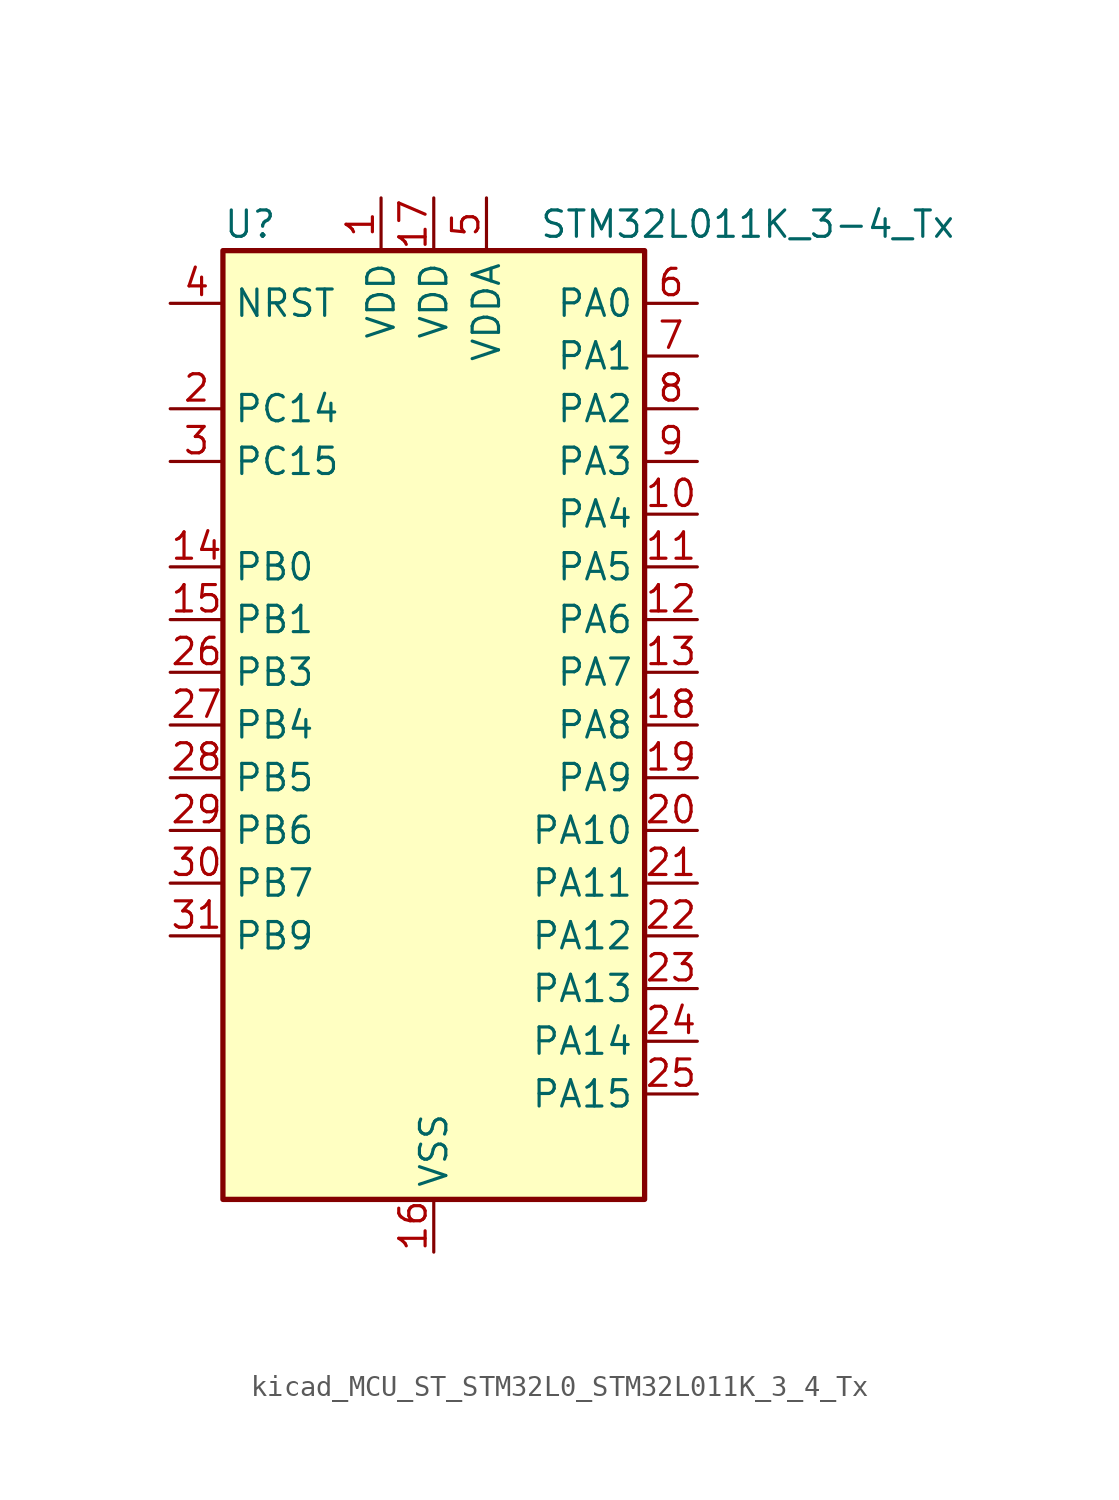
<source format=kicad_sym>
(kicad_symbol_lib
  (version 20220914)
  (generator kicad_symbol_editor)
  (symbol "kicad_MCU_ST_STM32L0_STM32L011K_3_4_Tx"
    (property "Reference" "U"
      (at -10.16 24.13 0)
      (effects (font (size 1.27 1.27)) (justify left)))
    (property "Value" "STM32L011K_3-4_Tx"
      (at 5.08 24.13 0)
      (effects (font (size 1.27 1.27)) (justify left)))
    (property "ki_locked" ""
      (at 0 0 0)
      (effects (font (size 1.27 1.27))))
    (symbol "kicad_MCU_ST_STM32L0_STM32L011K_3_4_Tx_0_1"
      (rectangle (start -10.16 -22.86) (end 10.16 22.86) (stroke (width 0.254) (type default)) (fill (type background))))
    (symbol "kicad_MCU_ST_STM32L0_STM32L011K_3_4_Tx_1_1"
      (pin power_in line (at -2.54 25.4 270) (length 2.54) (name "VDD" (effects (font (size 1.27 1.27)))) (number "1" (effects (font (size 1.27 1.27)))))
      (pin bidirectional line (at 12.7 10.16 180) (length 2.54) (name "PA4" (effects (font (size 1.27 1.27)))) (number "10" (effects (font (size 1.27 1.27)))) (alternate "ADC_IN4" bidirectional line) (alternate "COMP1_INM" bidirectional line) (alternate "COMP2_INM" bidirectional line) (alternate "COMP2_OUT" bidirectional line) (alternate "I2C1_SCL" bidirectional line) (alternate "LPTIM1_ETR" bidirectional line) (alternate "LPTIM1_IN1" bidirectional line) (alternate "LPUART1_TX" bidirectional line) (alternate "SPI1_NSS" bidirectional line) (alternate "TIM2_ETR" bidirectional line) (alternate "USART2_CK" bidirectional line))
      (pin bidirectional line (at 12.7 7.62 180) (length 2.54) (name "PA5" (effects (font (size 1.27 1.27)))) (number "11" (effects (font (size 1.27 1.27)))) (alternate "ADC_IN5" bidirectional line) (alternate "COMP1_INM" bidirectional line) (alternate "COMP2_INM" bidirectional line) (alternate "LPTIM1_IN2" bidirectional line) (alternate "SPI1_SCK" bidirectional line) (alternate "TIM2_CH1" bidirectional line) (alternate "TIM2_ETR" bidirectional line))
      (pin bidirectional line (at 12.7 5.08 180) (length 2.54) (name "PA6" (effects (font (size 1.27 1.27)))) (number "12" (effects (font (size 1.27 1.27)))) (alternate "ADC_IN6" bidirectional line) (alternate "COMP1_OUT" bidirectional line) (alternate "LPTIM1_ETR" bidirectional line) (alternate "LPUART1_CTS" bidirectional line) (alternate "SPI1_MISO" bidirectional line))
      (pin bidirectional line (at 12.7 2.54 180) (length 2.54) (name "PA7" (effects (font (size 1.27 1.27)))) (number "13" (effects (font (size 1.27 1.27)))) (alternate "ADC_IN7" bidirectional line) (alternate "COMP2_INP" bidirectional line) (alternate "COMP2_OUT" bidirectional line) (alternate "LPTIM1_OUT" bidirectional line) (alternate "SPI1_MOSI" bidirectional line) (alternate "TIM21_ETR" bidirectional line) (alternate "USART2_CTS" bidirectional line))
      (pin bidirectional line (at -12.7 7.62 0) (length 2.54) (name "PB0" (effects (font (size 1.27 1.27)))) (number "14" (effects (font (size 1.27 1.27)))) (alternate "ADC_IN8" bidirectional line) (alternate "SPI1_MISO" bidirectional line) (alternate "SYS_VREF_OUT_PB0" bidirectional line) (alternate "TIM2_CH2" bidirectional line) (alternate "TIM2_CH3" bidirectional line) (alternate "USART2_DE" bidirectional line) (alternate "USART2_RTS" bidirectional line))
      (pin bidirectional line (at -12.7 5.08 0) (length 2.54) (name "PB1" (effects (font (size 1.27 1.27)))) (number "15" (effects (font (size 1.27 1.27)))) (alternate "ADC_IN9" bidirectional line) (alternate "LPTIM1_IN1" bidirectional line) (alternate "LPUART1_DE" bidirectional line) (alternate "LPUART1_RTS" bidirectional line) (alternate "SPI1_MOSI" bidirectional line) (alternate "SYS_VREF_OUT_PB1" bidirectional line) (alternate "TIM2_CH4" bidirectional line) (alternate "USART2_CK" bidirectional line))
      (pin power_in line (at 0 -25.4 90) (length 2.54) (name "VSS" (effects (font (size 1.27 1.27)))) (number "16" (effects (font (size 1.27 1.27)))))
      (pin power_in line (at 0 25.4 270) (length 2.54) (name "VDD" (effects (font (size 1.27 1.27)))) (number "17" (effects (font (size 1.27 1.27)))))
      (pin bidirectional line (at 12.7 0 180) (length 2.54) (name "PA8" (effects (font (size 1.27 1.27)))) (number "18" (effects (font (size 1.27 1.27)))) (alternate "LPTIM1_IN1" bidirectional line) (alternate "RCC_MCO" bidirectional line) (alternate "TIM2_CH1" bidirectional line) (alternate "USART2_CK" bidirectional line))
      (pin bidirectional line (at 12.7 -2.54 180) (length 2.54) (name "PA9" (effects (font (size 1.27 1.27)))) (number "19" (effects (font (size 1.27 1.27)))) (alternate "COMP1_OUT" bidirectional line) (alternate "I2C1_SCL" bidirectional line) (alternate "LPTIM1_OUT" bidirectional line) (alternate "RCC_MCO" bidirectional line) (alternate "TIM21_CH2" bidirectional line) (alternate "USART2_TX" bidirectional line))
      (pin bidirectional line (at -12.7 15.24 0) (length 2.54) (name "PC14" (effects (font (size 1.27 1.27)))) (number "2" (effects (font (size 1.27 1.27)))) (alternate "RCC_OSC32_IN" bidirectional line))
      (pin bidirectional line (at 12.7 -5.08 180) (length 2.54) (name "PA10" (effects (font (size 1.27 1.27)))) (number "20" (effects (font (size 1.27 1.27)))) (alternate "COMP1_OUT" bidirectional line) (alternate "I2C1_SDA" bidirectional line) (alternate "RTC_REFIN" bidirectional line) (alternate "TIM21_CH1" bidirectional line) (alternate "TIM2_CH3" bidirectional line) (alternate "USART2_RX" bidirectional line))
      (pin bidirectional line (at 12.7 -7.62 180) (length 2.54) (name "PA11" (effects (font (size 1.27 1.27)))) (number "21" (effects (font (size 1.27 1.27)))) (alternate "ADC_EXTI11" bidirectional line) (alternate "COMP1_OUT" bidirectional line) (alternate "LPTIM1_OUT" bidirectional line) (alternate "SPI1_MISO" bidirectional line) (alternate "TIM21_CH2" bidirectional line) (alternate "USART2_CTS" bidirectional line))
      (pin bidirectional line (at 12.7 -10.16 180) (length 2.54) (name "PA12" (effects (font (size 1.27 1.27)))) (number "22" (effects (font (size 1.27 1.27)))) (alternate "COMP2_OUT" bidirectional line) (alternate "SPI1_MOSI" bidirectional line) (alternate "USART2_DE" bidirectional line) (alternate "USART2_RTS" bidirectional line))
      (pin bidirectional line (at 12.7 -12.7 180) (length 2.54) (name "PA13" (effects (font (size 1.27 1.27)))) (number "23" (effects (font (size 1.27 1.27)))) (alternate "COMP1_OUT" bidirectional line) (alternate "I2C1_SDA" bidirectional line) (alternate "LPTIM1_ETR" bidirectional line) (alternate "LPUART1_RX" bidirectional line) (alternate "SPI1_SCK" bidirectional line) (alternate "SYS_SWDIO" bidirectional line))
      (pin bidirectional line (at 12.7 -15.24 180) (length 2.54) (name "PA14" (effects (font (size 1.27 1.27)))) (number "24" (effects (font (size 1.27 1.27)))) (alternate "COMP2_OUT" bidirectional line) (alternate "I2C1_SMBA" bidirectional line) (alternate "LPTIM1_OUT" bidirectional line) (alternate "LPUART1_TX" bidirectional line) (alternate "SPI1_MISO" bidirectional line) (alternate "SYS_SWCLK" bidirectional line) (alternate "USART2_TX" bidirectional line))
      (pin bidirectional line (at 12.7 -17.78 180) (length 2.54) (name "PA15" (effects (font (size 1.27 1.27)))) (number "25" (effects (font (size 1.27 1.27)))) (alternate "SPI1_NSS" bidirectional line) (alternate "TIM2_CH1" bidirectional line) (alternate "TIM2_ETR" bidirectional line) (alternate "USART2_RX" bidirectional line))
      (pin bidirectional line (at -12.7 2.54 0) (length 2.54) (name "PB3" (effects (font (size 1.27 1.27)))) (number "26" (effects (font (size 1.27 1.27)))) (alternate "COMP2_INM" bidirectional line) (alternate "SPI1_SCK" bidirectional line) (alternate "TIM2_CH2" bidirectional line))
      (pin bidirectional line (at -12.7 0 0) (length 2.54) (name "PB4" (effects (font (size 1.27 1.27)))) (number "27" (effects (font (size 1.27 1.27)))) (alternate "COMP2_INP" bidirectional line) (alternate "SPI1_MISO" bidirectional line))
      (pin bidirectional line (at -12.7 -2.54 0) (length 2.54) (name "PB5" (effects (font (size 1.27 1.27)))) (number "28" (effects (font (size 1.27 1.27)))) (alternate "COMP2_INP" bidirectional line) (alternate "I2C1_SMBA" bidirectional line) (alternate "LPTIM1_IN1" bidirectional line) (alternate "SPI1_MOSI" bidirectional line) (alternate "TIM21_CH1" bidirectional line))
      (pin bidirectional line (at -12.7 -5.08 0) (length 2.54) (name "PB6" (effects (font (size 1.27 1.27)))) (number "29" (effects (font (size 1.27 1.27)))) (alternate "COMP2_INP" bidirectional line) (alternate "I2C1_SCL" bidirectional line) (alternate "LPTIM1_ETR" bidirectional line) (alternate "LPUART1_TX" bidirectional line) (alternate "TIM2_CH3" bidirectional line) (alternate "USART2_TX" bidirectional line))
      (pin bidirectional line (at -12.7 12.7 0) (length 2.54) (name "PC15" (effects (font (size 1.27 1.27)))) (number "3" (effects (font (size 1.27 1.27)))) (alternate "RCC_OSC32_OUT" bidirectional line))
      (pin bidirectional line (at -12.7 -7.62 0) (length 2.54) (name "PB7" (effects (font (size 1.27 1.27)))) (number "30" (effects (font (size 1.27 1.27)))) (alternate "COMP2_INP" bidirectional line) (alternate "I2C1_SDA" bidirectional line) (alternate "LPTIM1_IN2" bidirectional line) (alternate "LPUART1_RX" bidirectional line) (alternate "SYS_PVD_IN" bidirectional line) (alternate "TIM2_CH4" bidirectional line) (alternate "USART2_RX" bidirectional line))
      (pin bidirectional line (at -12.7 -10.16 0) (length 2.54) (name "PB9" (effects (font (size 1.27 1.27)))) (number "31" (effects (font (size 1.27 1.27)))))
      (pin passive line (at 0 -25.4 90) (length 2.54) hide (name "VSS" (effects (font (size 1.27 1.27)))) (number "32" (effects (font (size 1.27 1.27)))))
      (pin input line (at -12.7 20.32 0) (length 2.54) (name "NRST" (effects (font (size 1.27 1.27)))) (number "4" (effects (font (size 1.27 1.27)))))
      (pin power_in line (at 2.54 25.4 270) (length 2.54) (name "VDDA" (effects (font (size 1.27 1.27)))) (number "5" (effects (font (size 1.27 1.27)))))
      (pin bidirectional line (at 12.7 20.32 180) (length 2.54) (name "PA0" (effects (font (size 1.27 1.27)))) (number "6" (effects (font (size 1.27 1.27)))) (alternate "ADC_IN0" bidirectional line) (alternate "COMP1_INM" bidirectional line) (alternate "COMP1_OUT" bidirectional line) (alternate "LPTIM1_IN1" bidirectional line) (alternate "LPUART1_RX" bidirectional line) (alternate "RCC_CK_IN" bidirectional line) (alternate "RTC_TAMP2" bidirectional line) (alternate "SYS_WKUP1" bidirectional line) (alternate "TIM2_CH1" bidirectional line) (alternate "TIM2_ETR" bidirectional line) (alternate "USART2_CTS" bidirectional line) (alternate "USART2_RX" bidirectional line))
      (pin bidirectional line (at 12.7 17.78 180) (length 2.54) (name "PA1" (effects (font (size 1.27 1.27)))) (number "7" (effects (font (size 1.27 1.27)))) (alternate "ADC_IN1" bidirectional line) (alternate "COMP1_INP" bidirectional line) (alternate "I2C1_SMBA" bidirectional line) (alternate "LPTIM1_IN2" bidirectional line) (alternate "LPUART1_TX" bidirectional line) (alternate "TIM21_ETR" bidirectional line) (alternate "TIM2_CH2" bidirectional line) (alternate "USART2_DE" bidirectional line) (alternate "USART2_RTS" bidirectional line))
      (pin bidirectional line (at 12.7 15.24 180) (length 2.54) (name "PA2" (effects (font (size 1.27 1.27)))) (number "8" (effects (font (size 1.27 1.27)))) (alternate "ADC_IN2" bidirectional line) (alternate "COMP2_INM" bidirectional line) (alternate "COMP2_OUT" bidirectional line) (alternate "LPUART1_TX" bidirectional line) (alternate "RTC_OUT_ALARM" bidirectional line) (alternate "RTC_OUT_CALIB" bidirectional line) (alternate "RTC_TAMP3" bidirectional line) (alternate "RTC_TS" bidirectional line) (alternate "SYS_WKUP3" bidirectional line) (alternate "TIM21_CH1" bidirectional line) (alternate "TIM2_CH3" bidirectional line) (alternate "USART2_TX" bidirectional line))
      (pin bidirectional line (at 12.7 12.7 180) (length 2.54) (name "PA3" (effects (font (size 1.27 1.27)))) (number "9" (effects (font (size 1.27 1.27)))) (alternate "ADC_IN3" bidirectional line) (alternate "COMP2_INP" bidirectional line) (alternate "LPUART1_RX" bidirectional line) (alternate "TIM21_CH2" bidirectional line) (alternate "TIM2_CH4" bidirectional line) (alternate "USART2_RX" bidirectional line)))))
</source>
